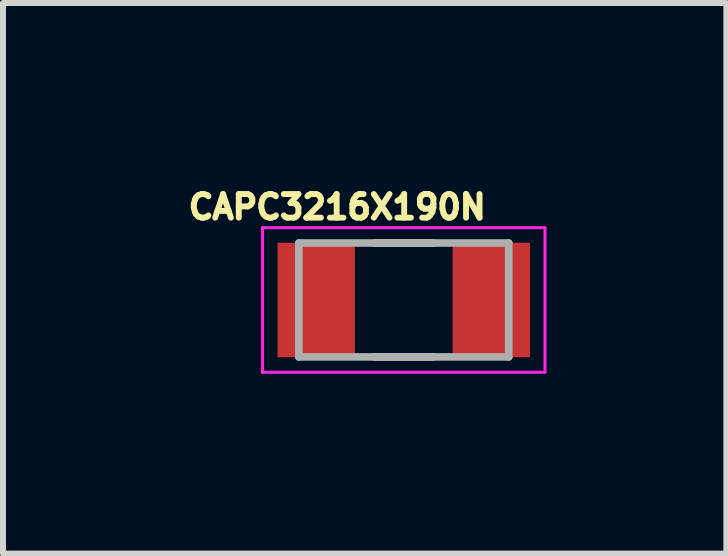
<source format=kicad_pcb>
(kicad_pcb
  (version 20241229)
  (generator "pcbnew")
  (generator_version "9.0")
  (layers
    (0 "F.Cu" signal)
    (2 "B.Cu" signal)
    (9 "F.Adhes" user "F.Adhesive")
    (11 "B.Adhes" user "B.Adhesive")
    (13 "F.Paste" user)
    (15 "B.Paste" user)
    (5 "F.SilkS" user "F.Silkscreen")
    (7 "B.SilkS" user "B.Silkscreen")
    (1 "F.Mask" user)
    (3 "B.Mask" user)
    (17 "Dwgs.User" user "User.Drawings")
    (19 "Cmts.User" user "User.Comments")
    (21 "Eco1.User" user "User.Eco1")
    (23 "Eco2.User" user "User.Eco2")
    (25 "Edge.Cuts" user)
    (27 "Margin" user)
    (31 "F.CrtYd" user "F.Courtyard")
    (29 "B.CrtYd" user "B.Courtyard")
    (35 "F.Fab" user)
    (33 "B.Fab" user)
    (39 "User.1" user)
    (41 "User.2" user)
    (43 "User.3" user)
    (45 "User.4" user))
  (footprint "CAPC3216X190N"
    (layer "F.Cu")
    (at 3.684 1.953)
    (property "Reference" "CAPC3216X190N" (at -1.11 -1.55 0) (layer "F.SilkS") (effects (font (size 0.394 0.394) (thickness 0.15))))
    (attr through_hole)
    (fp_line (start -0.49 -0.95) (end 0.49 -0.95) (stroke (width 0.127) (type solid)) (layer "F.SilkS"))
    (fp_line (start -0.49 0.95) (end 0.49 0.95) (stroke (width 0.127) (type solid)) (layer "F.SilkS"))
    (fp_line (start -2.355 -1.205) (end 2.355 -1.205) (stroke (width 0.05) (type solid)) (layer "F.CrtYd"))
    (fp_line (start -2.355 1.205) (end -2.355 -1.205) (stroke (width 0.05) (type solid)) (layer "F.CrtYd"))
    (fp_line (start -2.355 1.205) (end 2.355 1.205) (stroke (width 0.05) (type solid)) (layer "F.CrtYd"))
    (fp_line (start 2.355 1.205) (end 2.355 -1.205) (stroke (width 0.05) (type solid)) (layer "F.CrtYd"))
    (fp_line (start -1.75 0.95) (end -1.75 -0.95) (stroke (width 0.127) (type solid)) (layer "F.Fab"))
    (fp_line (start 1.75 -0.95) (end -1.75 -0.95) (stroke (width 0.127) (type solid)) (layer "F.Fab"))
    (fp_line (start 1.75 0.95) (end -1.75 0.95) (stroke (width 0.127) (type solid)) (layer "F.Fab"))
    (fp_line (start 1.75 0.95) (end 1.75 -0.95) (stroke (width 0.127) (type solid)) (layer "F.Fab"))
    (pad "1" smd rect (at -1.46 0) (size 1.29 1.91) (layers "F.Cu" "F.Mask" "F.Paste"))
    (pad "2" smd rect (at 1.46 0) (size 1.29 1.91) (layers "F.Cu" "F.Mask" "F.Paste")))
  (gr_rect
    (start -3 -3)
    (end 9.064 6.183)
    (stroke (width 0.1) (type default))
    (fill no)
    (layer "Edge.Cuts")))
</source>
